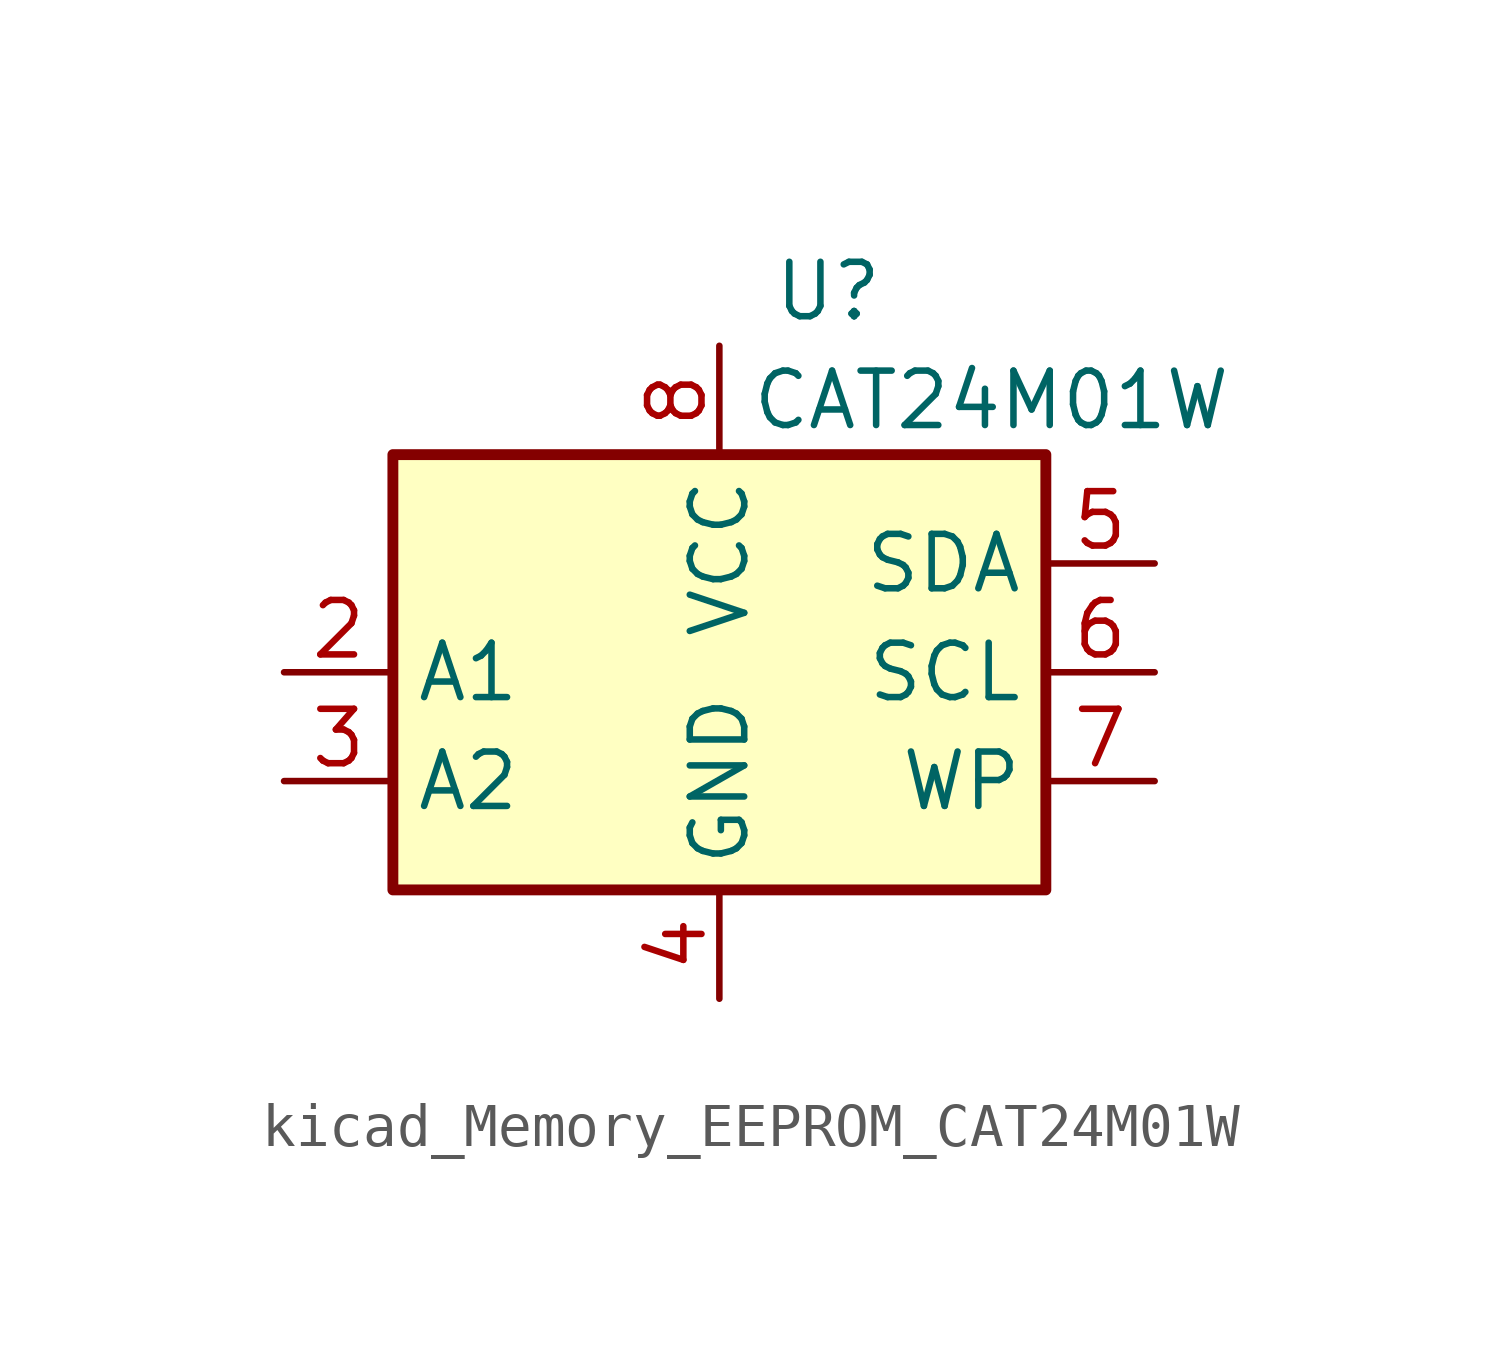
<source format=kicad_sym>
(kicad_symbol_lib
  (version 20220914)
  (generator kicad_symbol_editor)
  (symbol "kicad_Memory_EEPROM_CAT24M01W"
    (property "Reference" "U"
      (at 2.54 8.89 0)
      (effects (font (size 1.27 1.27))))
    (property "Value" "CAT24M01W"
      (at 6.35 6.35 0)
      (effects (font (size 1.27 1.27))))
    (symbol "kicad_Memory_EEPROM_CAT24M01W_1_1"
      (rectangle (start -7.62 5.08) (end 7.62 -5.08) (stroke (width 0.254) (type default)) (fill (type background)))
      (pin no_connect line (at -7.62 2.54 0) (length 2.54) hide (name "NC" (effects (font (size 1.27 1.27)))) (number "1" (effects (font (size 1.27 1.27)))))
      (pin input line (at -10.16 0 0) (length 2.54) (name "A1" (effects (font (size 1.27 1.27)))) (number "2" (effects (font (size 1.27 1.27)))))
      (pin input line (at -10.16 -2.54 0) (length 2.54) (name "A2" (effects (font (size 1.27 1.27)))) (number "3" (effects (font (size 1.27 1.27)))))
      (pin power_in line (at 0 -7.62 90) (length 2.54) (name "GND" (effects (font (size 1.27 1.27)))) (number "4" (effects (font (size 1.27 1.27)))))
      (pin bidirectional line (at 10.16 2.54 180) (length 2.54) (name "SDA" (effects (font (size 1.27 1.27)))) (number "5" (effects (font (size 1.27 1.27)))))
      (pin input line (at 10.16 0 180) (length 2.54) (name "SCL" (effects (font (size 1.27 1.27)))) (number "6" (effects (font (size 1.27 1.27)))))
      (pin input line (at 10.16 -2.54 180) (length 2.54) (name "WP" (effects (font (size 1.27 1.27)))) (number "7" (effects (font (size 1.27 1.27)))))
      (pin power_in line (at 0 7.62 270) (length 2.54) (name "VCC" (effects (font (size 1.27 1.27)))) (number "8" (effects (font (size 1.27 1.27))))))))
</source>
